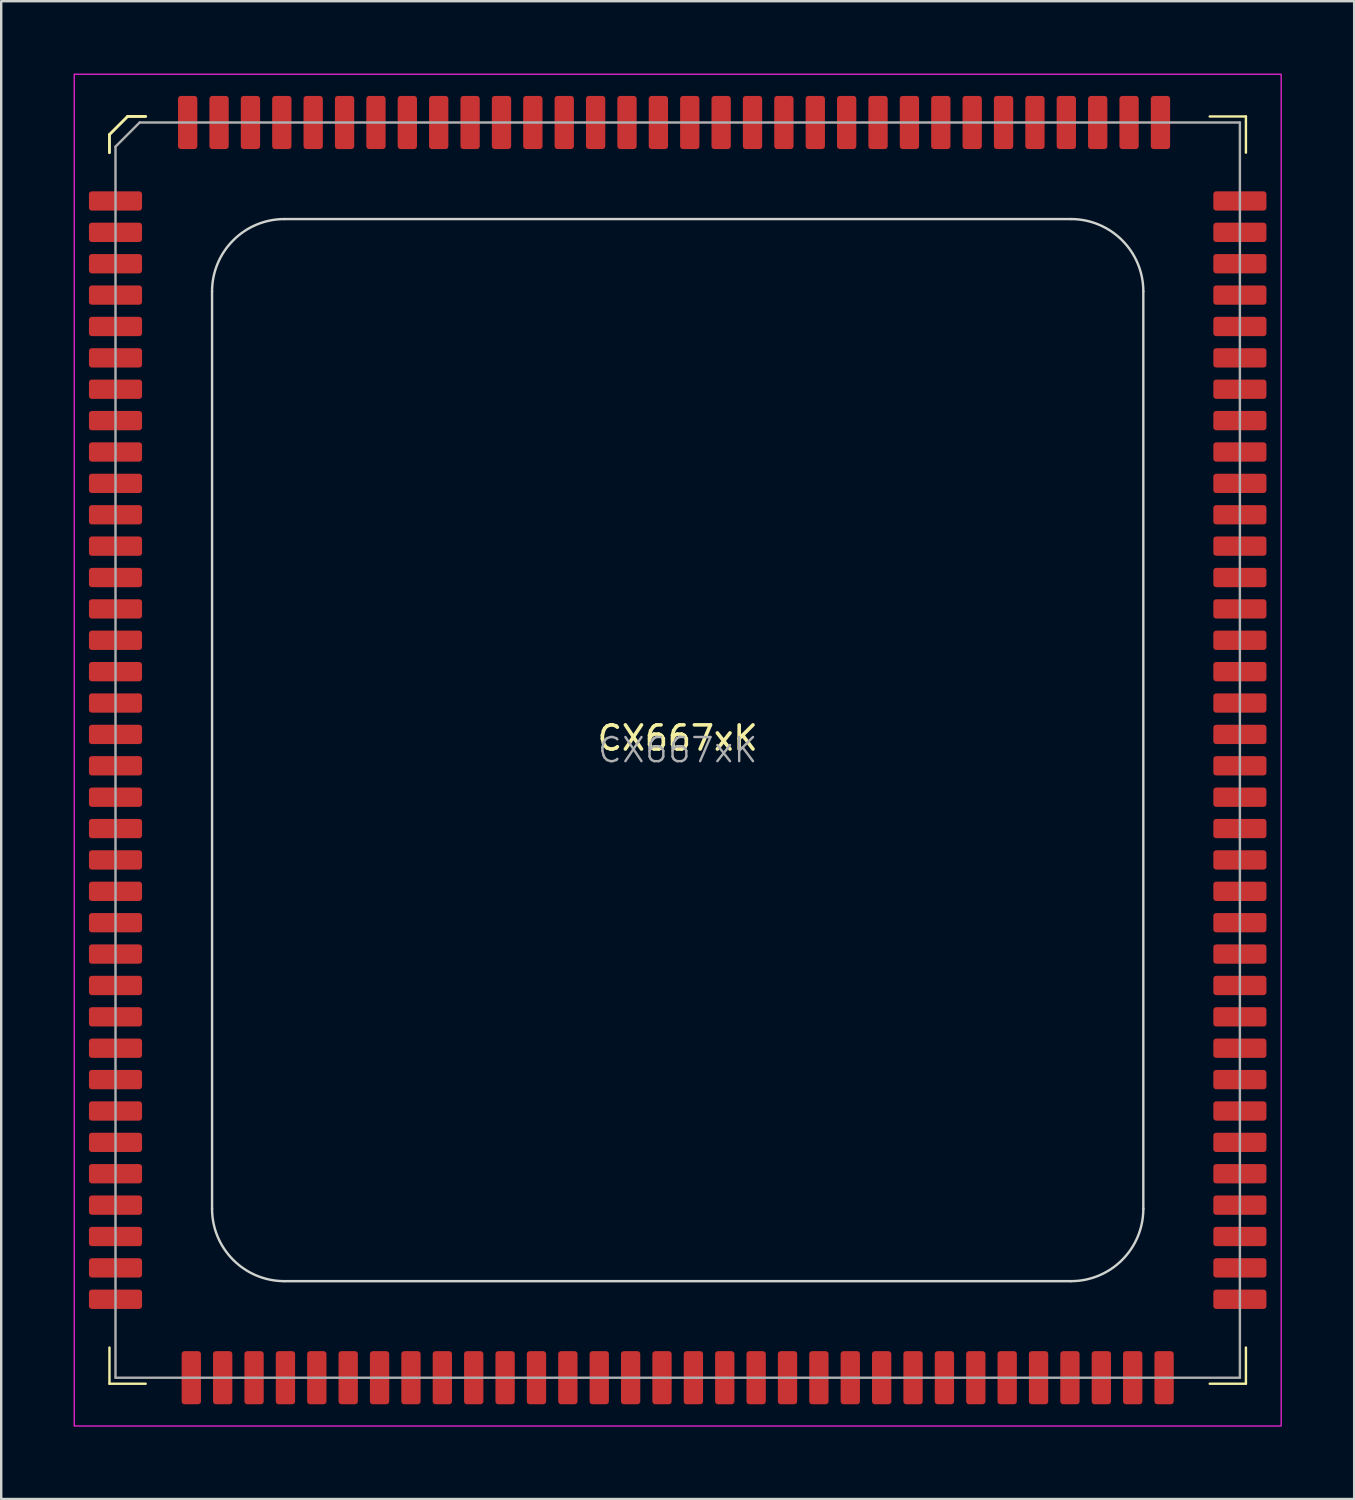
<source format=kicad_pcb>
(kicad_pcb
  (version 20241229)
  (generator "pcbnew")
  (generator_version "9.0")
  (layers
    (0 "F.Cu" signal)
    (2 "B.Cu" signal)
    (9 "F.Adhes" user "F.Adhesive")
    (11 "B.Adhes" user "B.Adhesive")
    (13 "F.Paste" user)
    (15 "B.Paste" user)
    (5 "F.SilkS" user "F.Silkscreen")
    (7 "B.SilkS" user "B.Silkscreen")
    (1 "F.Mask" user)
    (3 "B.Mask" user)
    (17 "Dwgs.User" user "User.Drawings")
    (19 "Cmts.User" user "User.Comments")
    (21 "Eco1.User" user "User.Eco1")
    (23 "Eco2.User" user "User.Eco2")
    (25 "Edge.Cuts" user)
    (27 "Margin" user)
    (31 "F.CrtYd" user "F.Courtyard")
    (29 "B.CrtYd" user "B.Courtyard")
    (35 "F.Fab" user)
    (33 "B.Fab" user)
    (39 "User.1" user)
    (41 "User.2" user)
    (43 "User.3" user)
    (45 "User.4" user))
  (footprint "CX667xK"
    (layer "F.Cu")
    (at 25.025 28.025)
    (property "Reference" "CX667xK" (at 0 -0.5 0) (unlocked yes) (layer "F.SilkS") (effects (font (size 1 1) (thickness 0.15))))
    (attr smd)
    (fp_line (start -23.54 -25.5) (end -23.54 -24.75) (stroke (width 0.12) (type solid)) (layer "F.SilkS"))
    (fp_line (start -23.54 -25.5) (end -22.79 -26.25) (stroke (width 0.12) (type solid)) (layer "F.SilkS"))
    (fp_line (start -23.54 26.25) (end -23.54 24.75) (stroke (width 0.1) (type solid)) (layer "F.SilkS"))
    (fp_line (start -23.54 26.25) (end -22.04 26.25) (stroke (width 0.1) (type solid)) (layer "F.SilkS"))
    (fp_line (start -22.79 -26.25) (end -22.04 -26.25) (stroke (width 0.12) (type solid)) (layer "F.SilkS"))
    (fp_line (start 23.54 -26.25) (end 22.04 -26.25) (stroke (width 0.1) (type solid)) (layer "F.SilkS"))
    (fp_line (start 23.54 -26.25) (end 23.54 -24.75) (stroke (width 0.1) (type solid)) (layer "F.SilkS"))
    (fp_line (start 23.54 26.25) (end 22.04 26.25) (stroke (width 0.1) (type solid)) (layer "F.SilkS"))
    (fp_line (start 23.54 26.25) (end 23.54 24.75) (stroke (width 0.1) (type solid)) (layer "F.SilkS"))
    (fp_line (start -19.29 -19) (end -19.29 19) (stroke (width 0.1) (type default)) (layer "Edge.Cuts"))
    (fp_line (start -16.29 22) (end 16.29 22) (stroke (width 0.1) (type default)) (layer "Edge.Cuts"))
    (fp_line (start 16.29 -22) (end -16.29 -22) (stroke (width 0.1) (type default)) (layer "Edge.Cuts"))
    (fp_line (start 19.29 19) (end 19.29 -19) (stroke (width 0.1) (type default)) (layer "Edge.Cuts"))
    (fp_arc (start -19.29 -19) (mid -18.41132 -21.12132) (end -16.29 -22) (stroke (width 0.1) (type solid)) (layer "Edge.Cuts"))
    (fp_arc (start -16.290001 22.000001) (mid -18.411321 21.121321) (end -19.290001 19.000001) (stroke (width 0.1) (type solid)) (layer "Edge.Cuts"))
    (fp_arc (start 16.29 -22) (mid 18.41132 -21.12132) (end 19.29 -19) (stroke (width 0.1) (type solid)) (layer "Edge.Cuts"))
    (fp_arc (start 19.289999 19.000001) (mid 18.411319 21.121321) (end 16.289999 22.000001) (stroke (width 0.1) (type solid)) (layer "Edge.Cuts"))
    (fp_rect (start -25 -28) (end 25 28) (stroke (width 0.05) (type default)) (fill no) (layer "F.CrtYd"))
    (fp_line (start -23.29 -25) (end -23.29 26) (stroke (width 0.1) (type default)) (layer "F.Fab"))
    (fp_line (start -22.29 -26) (end -23.29 -25) (stroke (width 0.1) (type default)) (layer "F.Fab"))
    (fp_line (start -22.29 -26) (end 23.29 -26) (stroke (width 0.1) (type default)) (layer "F.Fab"))
    (fp_line (start 23.29 -26) (end 23.29 26) (stroke (width 0.1) (type default)) (layer "F.Fab"))
    (fp_line (start 23.29 26) (end -23.29 26) (stroke (width 0.1) (type default)) (layer "F.Fab"))
    (fp_text user "${REFERENCE}" (at 0 0 0) (unlocked yes) (layer "F.Fab") (effects (font (size 1 1) (thickness 0.1))))
    (pad "" smd roundrect (at -23.44 -22.75 180) (size 2.5 0.8) (layers "F.Paste") (roundrect_rratio 0.15))
    (pad "" smd roundrect (at -23.44 -21.45 180) (size 2.5 0.8) (layers "F.Paste") (roundrect_rratio 0.15))
    (pad "" smd roundrect (at -23.44 -20.15 180) (size 2.5 0.8) (layers "F.Paste") (roundrect_rratio 0.15))
    (pad "" smd roundrect (at -23.44 -18.85 180) (size 2.5 0.8) (layers "F.Paste") (roundrect_rratio 0.15))
    (pad "" smd roundrect (at -23.44 -17.55 180) (size 2.5 0.8) (layers "F.Paste") (roundrect_rratio 0.15))
    (pad "" smd roundrect (at -23.44 -16.25 180) (size 2.5 0.8) (layers "F.Paste") (roundrect_rratio 0.15))
    (pad "" smd roundrect (at -23.44 -14.95 180) (size 2.5 0.8) (layers "F.Paste") (roundrect_rratio 0.15))
    (pad "" smd roundrect (at -23.44 -13.65 180) (size 2.5 0.8) (layers "F.Paste") (roundrect_rratio 0.15))
    (pad "" smd roundrect (at -23.44 -12.35 180) (size 2.5 0.8) (layers "F.Paste") (roundrect_rratio 0.15))
    (pad "" smd roundrect (at -23.44 -11.05 180) (size 2.5 0.8) (layers "F.Paste") (roundrect_rratio 0.15))
    (pad "" smd roundrect (at -23.44 -9.75 180) (size 2.5 0.8) (layers "F.Paste") (roundrect_rratio 0.15))
    (pad "" smd roundrect (at -23.44 -8.45 180) (size 2.5 0.8) (layers "F.Paste") (roundrect_rratio 0.15))
    (pad "" smd roundrect (at -23.44 -7.15 180) (size 2.5 0.8) (layers "F.Paste") (roundrect_rratio 0.15))
    (pad "" smd roundrect (at -23.44 -5.85 180) (size 2.5 0.8) (layers "F.Paste") (roundrect_rratio 0.15))
    (pad "" smd roundrect (at -23.44 -4.55 180) (size 2.5 0.8) (layers "F.Paste") (roundrect_rratio 0.15))
    (pad "" smd roundrect (at -23.44 -3.25 180) (size 2.5 0.8) (layers "F.Paste") (roundrect_rratio 0.15))
    (pad "" smd roundrect (at -23.44 -1.95 180) (size 2.5 0.8) (layers "F.Paste") (roundrect_rratio 0.15))
    (pad "" smd roundrect (at -23.44 -0.65 180) (size 2.5 0.8) (layers "F.Paste") (roundrect_rratio 0.15))
    (pad "" smd roundrect (at -23.44 0.65 180) (size 2.5 0.8) (layers "F.Paste") (roundrect_rratio 0.15))
    (pad "" smd roundrect (at -23.44 1.95 180) (size 2.5 0.8) (layers "F.Paste") (roundrect_rratio 0.15))
    (pad "" smd roundrect (at -23.44 3.25 180) (size 2.5 0.8) (layers "F.Paste") (roundrect_rratio 0.15))
    (pad "" smd roundrect (at -23.44 4.55 180) (size 2.5 0.8) (layers "F.Paste") (roundrect_rratio 0.15))
    (pad "" smd roundrect (at -23.44 5.85 180) (size 2.5 0.8) (layers "F.Paste") (roundrect_rratio 0.15))
    (pad "" smd roundrect (at -23.44 7.15 180) (size 2.5 0.8) (layers "F.Paste") (roundrect_rratio 0.15))
    (pad "" smd roundrect (at -23.44 8.45 180) (size 2.5 0.8) (layers "F.Paste") (roundrect_rratio 0.15))
    (pad "" smd roundrect (at -23.44 9.75 180) (size 2.5 0.8) (layers "F.Paste") (roundrect_rratio 0.15))
    (pad "" smd roundrect (at -23.44 11.05 180) (size 2.5 0.8) (layers "F.Paste") (roundrect_rratio 0.15))
    (pad "" smd roundrect (at -23.44 12.35 180) (size 2.5 0.8) (layers "F.Paste") (roundrect_rratio 0.15))
    (pad "" smd roundrect (at -23.44 13.65 180) (size 2.5 0.8) (layers "F.Paste") (roundrect_rratio 0.15))
    (pad "" smd roundrect (at -23.44 14.95 180) (size 2.5 0.8) (layers "F.Paste") (roundrect_rratio 0.15))
    (pad "" smd roundrect (at -23.44 16.25 180) (size 2.5 0.8) (layers "F.Paste") (roundrect_rratio 0.15))
    (pad "" smd roundrect (at -23.44 17.55 180) (size 2.5 0.8) (layers "F.Paste") (roundrect_rratio 0.15))
    (pad "" smd roundrect (at -23.44 18.85 180) (size 2.5 0.8) (layers "F.Paste") (roundrect_rratio 0.15))
    (pad "" smd roundrect (at -23.44 20.15 180) (size 2.5 0.8) (layers "F.Paste") (roundrect_rratio 0.15))
    (pad "" smd roundrect (at -23.44 21.45 180) (size 2.5 0.8) (layers "F.Paste") (roundrect_rratio 0.15))
    (pad "" smd roundrect (at -23.44 22.75 180) (size 2.5 0.8) (layers "F.Paste") (roundrect_rratio 0.15))
    (pad "" smd roundrect (at -20.3 -26.15 270) (size 2.5 0.8) (layers "F.Paste") (roundrect_rratio 0.15))
    (pad "" smd roundrect (at -20.15 26.15 270) (size 2.5 0.8) (layers "F.Paste") (roundrect_rratio 0.15))
    (pad "" smd roundrect (at -19 -26.15 270) (size 2.5 0.8) (layers "F.Paste") (roundrect_rratio 0.15))
    (pad "" smd roundrect (at -18.85 26.15 270) (size 2.5 0.8) (layers "F.Paste") (roundrect_rratio 0.15))
    (pad "" smd roundrect (at -17.7 -26.15 270) (size 2.5 0.8) (layers "F.Paste") (roundrect_rratio 0.15))
    (pad "" smd roundrect (at -17.55 26.15 270) (size 2.5 0.8) (layers "F.Paste") (roundrect_rratio 0.15))
    (pad "" smd roundrect (at -16.4 -26.15 270) (size 2.5 0.8) (layers "F.Paste") (roundrect_rratio 0.15))
    (pad "" smd roundrect (at -16.25 26.15 270) (size 2.5 0.8) (layers "F.Paste") (roundrect_rratio 0.15))
    (pad "" smd roundrect (at -15.1 -26.15 270) (size 2.5 0.8) (layers "F.Paste") (roundrect_rratio 0.15))
    (pad "" smd roundrect (at -14.95 26.15 270) (size 2.5 0.8) (layers "F.Paste") (roundrect_rratio 0.15))
    (pad "" smd roundrect (at -13.8 -26.15 270) (size 2.5 0.8) (layers "F.Paste") (roundrect_rratio 0.15))
    (pad "" smd roundrect (at -13.65 26.15 270) (size 2.5 0.8) (layers "F.Paste") (roundrect_rratio 0.15))
    (pad "" smd roundrect (at -12.5 -26.15 270) (size 2.5 0.8) (layers "F.Paste") (roundrect_rratio 0.15))
    (pad "" smd roundrect (at -12.35 26.15 270) (size 2.5 0.8) (layers "F.Paste") (roundrect_rratio 0.15))
    (pad "" smd roundrect (at -11.2 -26.15 270) (size 2.5 0.8) (layers "F.Paste") (roundrect_rratio 0.15))
    (pad "" smd roundrect (at -11.05 26.15 270) (size 2.5 0.8) (layers "F.Paste") (roundrect_rratio 0.15))
    (pad "" smd roundrect (at -9.9 -26.15 270) (size 2.5 0.8) (layers "F.Paste") (roundrect_rratio 0.15))
    (pad "" smd roundrect (at -9.75 26.15 270) (size 2.5 0.8) (layers "F.Paste") (roundrect_rratio 0.15))
    (pad "" smd roundrect (at -8.6 -26.15 270) (size 2.5 0.8) (layers "F.Paste") (roundrect_rratio 0.15))
    (pad "" smd roundrect (at -8.45 26.15 270) (size 2.5 0.8) (layers "F.Paste") (roundrect_rratio 0.15))
    (pad "" smd roundrect (at -7.3 -26.15 270) (size 2.5 0.8) (layers "F.Paste") (roundrect_rratio 0.15))
    (pad "" smd roundrect (at -7.15 26.15 270) (size 2.5 0.8) (layers "F.Paste") (roundrect_rratio 0.15))
    (pad "" smd roundrect (at -6 -26.15 270) (size 2.5 0.8) (layers "F.Paste") (roundrect_rratio 0.15))
    (pad "" smd roundrect (at -5.85 26.15 270) (size 2.5 0.8) (layers "F.Paste") (roundrect_rratio 0.15))
    (pad "" smd roundrect (at -4.7 -26.15 270) (size 2.5 0.8) (layers "F.Paste") (roundrect_rratio 0.15))
    (pad "" smd roundrect (at -4.55 26.15 270) (size 2.5 0.8) (layers "F.Paste") (roundrect_rratio 0.15))
    (pad "" smd roundrect (at -3.4 -26.15 270) (size 2.5 0.8) (layers "F.Paste") (roundrect_rratio 0.15))
    (pad "" smd roundrect (at -3.25 26.15 270) (size 2.5 0.8) (layers "F.Paste") (roundrect_rratio 0.15))
    (pad "" smd roundrect (at -2.1 -26.15 270) (size 2.5 0.8) (layers "F.Paste") (roundrect_rratio 0.15))
    (pad "" smd roundrect (at -1.95 26.15 270) (size 2.5 0.8) (layers "F.Paste") (roundrect_rratio 0.15))
    (pad "" smd roundrect (at -0.8 -26.15 270) (size 2.5 0.8) (layers "F.Paste") (roundrect_rratio 0.15))
    (pad "" smd roundrect (at -0.65 26.15 270) (size 2.5 0.8) (layers "F.Paste") (roundrect_rratio 0.15))
    (pad "" smd roundrect (at 0.5 -26.15 270) (size 2.5 0.8) (layers "F.Paste") (roundrect_rratio 0.15))
    (pad "" smd roundrect (at 0.65 26.15 270) (size 2.5 0.8) (layers "F.Paste") (roundrect_rratio 0.15))
    (pad "" smd roundrect (at 1.8 -26.15 270) (size 2.5 0.8) (layers "F.Paste") (roundrect_rratio 0.15))
    (pad "" smd roundrect (at 1.95 26.15 270) (size 2.5 0.8) (layers "F.Paste") (roundrect_rratio 0.15))
    (pad "" smd roundrect (at 3.1 -26.15 270) (size 2.5 0.8) (layers "F.Paste") (roundrect_rratio 0.15))
    (pad "" smd roundrect (at 3.25 26.15 270) (size 2.5 0.8) (layers "F.Paste") (roundrect_rratio 0.15))
    (pad "" smd roundrect (at 4.4 -26.15 270) (size 2.5 0.8) (layers "F.Paste") (roundrect_rratio 0.15))
    (pad "" smd roundrect (at 4.55 26.15 270) (size 2.5 0.8) (layers "F.Paste") (roundrect_rratio 0.15))
    (pad "" smd roundrect (at 5.7 -26.15 270) (size 2.5 0.8) (layers "F.Paste") (roundrect_rratio 0.15))
    (pad "" smd roundrect (at 5.85 26.15 270) (size 2.5 0.8) (layers "F.Paste") (roundrect_rratio 0.15))
    (pad "" smd roundrect (at 7 -26.15 270) (size 2.5 0.8) (layers "F.Paste") (roundrect_rratio 0.15))
    (pad "" smd roundrect (at 7.15 26.15 270) (size 2.5 0.8) (layers "F.Paste") (roundrect_rratio 0.15))
    (pad "" smd roundrect (at 8.3 -26.15 270) (size 2.5 0.8) (layers "F.Paste") (roundrect_rratio 0.15))
    (pad "" smd roundrect (at 8.45 26.15 270) (size 2.5 0.8) (layers "F.Paste") (roundrect_rratio 0.15))
    (pad "" smd roundrect (at 9.6 -26.15 270) (size 2.5 0.8) (layers "F.Paste") (roundrect_rratio 0.15))
    (pad "" smd roundrect (at 9.75 26.15 270) (size 2.5 0.8) (layers "F.Paste") (roundrect_rratio 0.15))
    (pad "" smd roundrect (at 10.9 -26.15 270) (size 2.5 0.8) (layers "F.Paste") (roundrect_rratio 0.15))
    (pad "" smd roundrect (at 11.05 26.15 270) (size 2.5 0.8) (layers "F.Paste") (roundrect_rratio 0.15))
    (pad "" smd roundrect (at 12.2 -26.15 270) (size 2.5 0.8) (layers "F.Paste") (roundrect_rratio 0.15))
    (pad "" smd roundrect (at 12.35 26.15 270) (size 2.5 0.8) (layers "F.Paste") (roundrect_rratio 0.15))
    (pad "" smd roundrect (at 13.5 -26.15 270) (size 2.5 0.8) (layers "F.Paste") (roundrect_rratio 0.15))
    (pad "" smd roundrect (at 13.65 26.15 270) (size 2.5 0.8) (layers "F.Paste") (roundrect_rratio 0.15))
    (pad "" smd roundrect (at 14.8 -26.15 270) (size 2.5 0.8) (layers "F.Paste") (roundrect_rratio 0.15))
    (pad "" smd roundrect (at 14.95 26.15 270) (size 2.5 0.8) (layers "F.Paste") (roundrect_rratio 0.15))
    (pad "" smd roundrect (at 16.1 -26.15 270) (size 2.5 0.8) (layers "F.Paste") (roundrect_rratio 0.15))
    (pad "" smd roundrect (at 16.25 26.15 270) (size 2.5 0.8) (layers "F.Paste") (roundrect_rratio 0.15))
    (pad "" smd roundrect (at 17.4 -26.15 270) (size 2.5 0.8) (layers "F.Paste") (roundrect_rratio 0.15))
    (pad "" smd roundrect (at 17.55 26.15 270) (size 2.5 0.8) (layers "F.Paste") (roundrect_rratio 0.15))
    (pad "" smd roundrect (at 18.7 -26.15 270) (size 2.5 0.8) (layers "F.Paste") (roundrect_rratio 0.15))
    (pad "" smd roundrect (at 18.85 26.15 270) (size 2.5 0.8) (layers "F.Paste") (roundrect_rratio 0.15))
    (pad "" smd roundrect (at 20 -26.15 270) (size 2.5 0.8) (layers "F.Paste") (roundrect_rratio 0.15))
    (pad "" smd roundrect (at 20.15 26.15 270) (size 2.5 0.8) (layers "F.Paste") (roundrect_rratio 0.15))
    (pad "" smd roundrect (at 23.44 -22.75 180) (size 2.5 0.8) (layers "F.Paste") (roundrect_rratio 0.15))
    (pad "" smd roundrect (at 23.44 -21.45 180) (size 2.5 0.8) (layers "F.Paste") (roundrect_rratio 0.15))
    (pad "" smd roundrect (at 23.44 -20.15 180) (size 2.5 0.8) (layers "F.Paste") (roundrect_rratio 0.15))
    (pad "" smd roundrect (at 23.44 -18.85 180) (size 2.5 0.8) (layers "F.Paste") (roundrect_rratio 0.15))
    (pad "" smd roundrect (at 23.44 -17.55 180) (size 2.5 0.8) (layers "F.Paste") (roundrect_rratio 0.15))
    (pad "" smd roundrect (at 23.44 -16.25 180) (size 2.5 0.8) (layers "F.Paste") (roundrect_rratio 0.15))
    (pad "" smd roundrect (at 23.44 -14.95 180) (size 2.5 0.8) (layers "F.Paste") (roundrect_rratio 0.15))
    (pad "" smd roundrect (at 23.44 -13.65 180) (size 2.5 0.8) (layers "F.Paste") (roundrect_rratio 0.15))
    (pad "" smd roundrect (at 23.44 -12.35 180) (size 2.5 0.8) (layers "F.Paste") (roundrect_rratio 0.15))
    (pad "" smd roundrect (at 23.44 -11.05 180) (size 2.5 0.8) (layers "F.Paste") (roundrect_rratio 0.15))
    (pad "" smd roundrect (at 23.44 -9.75 180) (size 2.5 0.8) (layers "F.Paste") (roundrect_rratio 0.15))
    (pad "" smd roundrect (at 23.44 -8.45 180) (size 2.5 0.8) (layers "F.Paste") (roundrect_rratio 0.15))
    (pad "" smd roundrect (at 23.44 -7.15 180) (size 2.5 0.8) (layers "F.Paste") (roundrect_rratio 0.15))
    (pad "" smd roundrect (at 23.44 -5.85 180) (size 2.5 0.8) (layers "F.Paste") (roundrect_rratio 0.15))
    (pad "" smd roundrect (at 23.44 -4.55 180) (size 2.5 0.8) (layers "F.Paste") (roundrect_rratio 0.15))
    (pad "" smd roundrect (at 23.44 -3.25 180) (size 2.5 0.8) (layers "F.Paste") (roundrect_rratio 0.15))
    (pad "" smd roundrect (at 23.44 -1.95 180) (size 2.5 0.8) (layers "F.Paste") (roundrect_rratio 0.15))
    (pad "" smd roundrect (at 23.44 -0.65 180) (size 2.5 0.8) (layers "F.Paste") (roundrect_rratio 0.15))
    (pad "" smd roundrect (at 23.44 0.65 180) (size 2.5 0.8) (layers "F.Paste") (roundrect_rratio 0.15))
    (pad "" smd roundrect (at 23.44 1.95 180) (size 2.5 0.8) (layers "F.Paste") (roundrect_rratio 0.15))
    (pad "" smd roundrect (at 23.44 3.25 180) (size 2.5 0.8) (layers "F.Paste") (roundrect_rratio 0.15))
    (pad "" smd roundrect (at 23.44 4.55 180) (size 2.5 0.8) (layers "F.Paste") (roundrect_rratio 0.15))
    (pad "" smd roundrect (at 23.44 5.85 180) (size 2.5 0.8) (layers "F.Paste") (roundrect_rratio 0.15))
    (pad "" smd roundrect (at 23.44 7.15 180) (size 2.5 0.8) (layers "F.Paste") (roundrect_rratio 0.15))
    (pad "" smd roundrect (at 23.44 8.45 180) (size 2.5 0.8) (layers "F.Paste") (roundrect_rratio 0.15))
    (pad "" smd roundrect (at 23.44 9.75 180) (size 2.5 0.8) (layers "F.Paste") (roundrect_rratio 0.15))
    (pad "" smd roundrect (at 23.44 11.05 180) (size 2.5 0.8) (layers "F.Paste") (roundrect_rratio 0.15))
    (pad "" smd roundrect (at 23.44 12.35 180) (size 2.5 0.8) (layers "F.Paste") (roundrect_rratio 0.15))
    (pad "" smd roundrect (at 23.44 13.65 180) (size 2.5 0.8) (layers "F.Paste") (roundrect_rratio 0.15))
    (pad "" smd roundrect (at 23.44 14.95 180) (size 2.5 0.8) (layers "F.Paste") (roundrect_rratio 0.15))
    (pad "" smd roundrect (at 23.44 16.25 180) (size 2.5 0.8) (layers "F.Paste") (roundrect_rratio 0.15))
    (pad "" smd roundrect (at 23.44 17.55 180) (size 2.5 0.8) (layers "F.Paste") (roundrect_rratio 0.15))
    (pad "" smd roundrect (at 23.44 18.85 180) (size 2.5 0.8) (layers "F.Paste") (roundrect_rratio 0.15))
    (pad "" smd roundrect (at 23.44 20.15 180) (size 2.5 0.8) (layers "F.Paste") (roundrect_rratio 0.15))
    (pad "" smd roundrect (at 23.44 21.45 180) (size 2.5 0.8) (layers "F.Paste") (roundrect_rratio 0.15))
    (pad "" smd roundrect (at 23.44 22.75 180) (size 2.5 0.8) (layers "F.Paste") (roundrect_rratio 0.15))
    (pad "1" smd roundrect (at -23.29 -22.75) (size 2.2 0.8) (layers "F.Cu" "F.Mask") (roundrect_rratio 0.15))
    (pad "2" smd roundrect (at -23.29 -21.45) (size 2.2 0.8) (layers "F.Cu" "F.Mask") (roundrect_rratio 0.15))
    (pad "3" smd roundrect (at -23.29 -20.15) (size 2.2 0.8) (layers "F.Cu" "F.Mask") (roundrect_rratio 0.15))
    (pad "4" smd roundrect (at -23.29 -18.85) (size 2.2 0.8) (layers "F.Cu" "F.Mask") (roundrect_rratio 0.15))
    (pad "5" smd roundrect (at -23.29 -17.55) (size 2.2 0.8) (layers "F.Cu" "F.Mask") (roundrect_rratio 0.15))
    (pad "6" smd roundrect (at -23.29 -16.25) (size 2.2 0.8) (layers "F.Cu" "F.Mask") (roundrect_rratio 0.15))
    (pad "7" smd roundrect (at -23.29 -14.95) (size 2.2 0.8) (layers "F.Cu" "F.Mask") (roundrect_rratio 0.15))
    (pad "8" smd roundrect (at -23.29 -13.65) (size 2.2 0.8) (layers "F.Cu" "F.Mask") (roundrect_rratio 0.15))
    (pad "9" smd roundrect (at -23.29 -12.35) (size 2.2 0.8) (layers "F.Cu" "F.Mask") (roundrect_rratio 0.15))
    (pad "10" smd roundrect (at -23.29 -11.05) (size 2.2 0.8) (layers "F.Cu" "F.Mask") (roundrect_rratio 0.15))
    (pad "11" smd roundrect (at -23.29 -9.75) (size 2.2 0.8) (layers "F.Cu" "F.Mask") (roundrect_rratio 0.15))
    (pad "12" smd roundrect (at -23.29 -8.45) (size 2.2 0.8) (layers "F.Cu" "F.Mask") (roundrect_rratio 0.15))
    (pad "13" smd roundrect (at -23.29 -7.15) (size 2.2 0.8) (layers "F.Cu" "F.Mask") (roundrect_rratio 0.15))
    (pad "14" smd roundrect (at -23.29 -5.85) (size 2.2 0.8) (layers "F.Cu" "F.Mask") (roundrect_rratio 0.15))
    (pad "15" smd roundrect (at -23.29 -4.55) (size 2.2 0.8) (layers "F.Cu" "F.Mask") (roundrect_rratio 0.15))
    (pad "16" smd roundrect (at -23.29 -3.25) (size 2.2 0.8) (layers "F.Cu" "F.Mask") (roundrect_rratio 0.15))
    (pad "17" smd roundrect (at -23.29 -1.95) (size 2.2 0.8) (layers "F.Cu" "F.Mask") (roundrect_rratio 0.15))
    (pad "18" smd roundrect (at -23.29 -0.65) (size 2.2 0.8) (layers "F.Cu" "F.Mask") (roundrect_rratio 0.15))
    (pad "19" smd roundrect (at -23.29 0.65) (size 2.2 0.8) (layers "F.Cu" "F.Mask") (roundrect_rratio 0.15))
    (pad "20" smd roundrect (at -23.29 1.95) (size 2.2 0.8) (layers "F.Cu" "F.Mask") (roundrect_rratio 0.15))
    (pad "21" smd roundrect (at -23.29 3.25) (size 2.2 0.8) (layers "F.Cu" "F.Mask") (roundrect_rratio 0.15))
    (pad "22" smd roundrect (at -23.29 4.55) (size 2.2 0.8) (layers "F.Cu" "F.Mask") (roundrect_rratio 0.15))
    (pad "23" smd roundrect (at -23.29 5.85) (size 2.2 0.8) (layers "F.Cu" "F.Mask") (roundrect_rratio 0.15))
    (pad "24" smd roundrect (at -23.29 7.15) (size 2.2 0.8) (layers "F.Cu" "F.Mask") (roundrect_rratio 0.15))
    (pad "25" smd roundrect (at -23.29 8.45) (size 2.2 0.8) (layers "F.Cu" "F.Mask") (roundrect_rratio 0.15))
    (pad "26" smd roundrect (at -23.29 9.75) (size 2.2 0.8) (layers "F.Cu" "F.Mask") (roundrect_rratio 0.15))
    (pad "27" smd roundrect (at -23.29 11.05) (size 2.2 0.8) (layers "F.Cu" "F.Mask") (roundrect_rratio 0.15))
    (pad "28" smd roundrect (at -23.29 12.35) (size 2.2 0.8) (layers "F.Cu" "F.Mask") (roundrect_rratio 0.15))
    (pad "29" smd roundrect (at -23.29 13.65) (size 2.2 0.8) (layers "F.Cu" "F.Mask") (roundrect_rratio 0.15))
    (pad "30" smd roundrect (at -23.29 14.95) (size 2.2 0.8) (layers "F.Cu" "F.Mask") (roundrect_rratio 0.15))
    (pad "31" smd roundrect (at -23.29 16.25) (size 2.2 0.8) (layers "F.Cu" "F.Mask") (roundrect_rratio 0.15))
    (pad "32" smd roundrect (at -23.29 17.55) (size 2.2 0.8) (layers "F.Cu" "F.Mask") (roundrect_rratio 0.15))
    (pad "33" smd roundrect (at -23.29 18.85) (size 2.2 0.8) (layers "F.Cu" "F.Mask") (roundrect_rratio 0.15))
    (pad "34" smd roundrect (at -23.29 20.15) (size 2.2 0.8) (layers "F.Cu" "F.Mask") (roundrect_rratio 0.15))
    (pad "35" smd roundrect (at -23.29 21.45) (size 2.2 0.8) (layers "F.Cu" "F.Mask") (roundrect_rratio 0.15))
    (pad "36" smd roundrect (at -23.29 22.75) (size 2.2 0.8) (layers "F.Cu" "F.Mask") (roundrect_rratio 0.15))
    (pad "37" smd roundrect (at -20.15 26 90) (size 2.2 0.8) (layers "F.Cu" "F.Mask") (roundrect_rratio 0.15))
    (pad "38" smd roundrect (at -18.85 26 90) (size 2.2 0.8) (layers "F.Cu" "F.Mask") (roundrect_rratio 0.15))
    (pad "39" smd roundrect (at -17.55 26 90) (size 2.2 0.8) (layers "F.Cu" "F.Mask") (roundrect_rratio 0.15))
    (pad "40" smd roundrect (at -16.25 26 90) (size 2.2 0.8) (layers "F.Cu" "F.Mask") (roundrect_rratio 0.15))
    (pad "41" smd roundrect (at -14.95 26 90) (size 2.2 0.8) (layers "F.Cu" "F.Mask") (roundrect_rratio 0.15))
    (pad "42" smd roundrect (at -13.65 26 90) (size 2.2 0.8) (layers "F.Cu" "F.Mask") (roundrect_rratio 0.15))
    (pad "43" smd roundrect (at -12.35 26 90) (size 2.2 0.8) (layers "F.Cu" "F.Mask") (roundrect_rratio 0.15))
    (pad "44" smd roundrect (at -11.05 26 90) (size 2.2 0.8) (layers "F.Cu" "F.Mask") (roundrect_rratio 0.15))
    (pad "45" smd roundrect (at -9.75 26 90) (size 2.2 0.8) (layers "F.Cu" "F.Mask") (roundrect_rratio 0.15))
    (pad "46" smd roundrect (at -8.45 26 90) (size 2.2 0.8) (layers "F.Cu" "F.Mask") (roundrect_rratio 0.15))
    (pad "47" smd roundrect (at -7.15 26 90) (size 2.2 0.8) (layers "F.Cu" "F.Mask") (roundrect_rratio 0.15))
    (pad "48" smd roundrect (at -5.85 26 90) (size 2.2 0.8) (layers "F.Cu" "F.Mask") (roundrect_rratio 0.15))
    (pad "49" smd roundrect (at -4.55 26 90) (size 2.2 0.8) (layers "F.Cu" "F.Mask") (roundrect_rratio 0.15))
    (pad "50" smd roundrect (at -3.25 26 90) (size 2.2 0.8) (layers "F.Cu" "F.Mask") (roundrect_rratio 0.15))
    (pad "51" smd roundrect (at -1.95 26 90) (size 2.2 0.8) (layers "F.Cu" "F.Mask") (roundrect_rratio 0.15))
    (pad "52" smd roundrect (at -0.65 26 90) (size 2.2 0.8) (layers "F.Cu" "F.Mask") (roundrect_rratio 0.15))
    (pad "53" smd roundrect (at 0.65 26 90) (size 2.2 0.8) (layers "F.Cu" "F.Mask") (roundrect_rratio 0.15))
    (pad "54" smd roundrect (at 1.95 26 90) (size 2.2 0.8) (layers "F.Cu" "F.Mask") (roundrect_rratio 0.15))
    (pad "55" smd roundrect (at 3.25 26 90) (size 2.2 0.8) (layers "F.Cu" "F.Mask") (roundrect_rratio 0.15))
    (pad "56" smd roundrect (at 4.55 26 90) (size 2.2 0.8) (layers "F.Cu" "F.Mask") (roundrect_rratio 0.15))
    (pad "57" smd roundrect (at 5.85 26 90) (size 2.2 0.8) (layers "F.Cu" "F.Mask") (roundrect_rratio 0.15))
    (pad "58" smd roundrect (at 7.15 26 90) (size 2.2 0.8) (layers "F.Cu" "F.Mask") (roundrect_rratio 0.15))
    (pad "59" smd roundrect (at 8.45 26 90) (size 2.2 0.8) (layers "F.Cu" "F.Mask") (roundrect_rratio 0.15))
    (pad "60" smd roundrect (at 9.75 26 90) (size 2.2 0.8) (layers "F.Cu" "F.Mask") (roundrect_rratio 0.15))
    (pad "61" smd roundrect (at 11.05 26 90) (size 2.2 0.8) (layers "F.Cu" "F.Mask") (roundrect_rratio 0.15))
    (pad "62" smd roundrect (at 12.35 26 90) (size 2.2 0.8) (layers "F.Cu" "F.Mask") (roundrect_rratio 0.15))
    (pad "63" smd roundrect (at 13.65 26 90) (size 2.2 0.8) (layers "F.Cu" "F.Mask") (roundrect_rratio 0.15))
    (pad "64" smd roundrect (at 14.95 26 90) (size 2.2 0.8) (layers "F.Cu" "F.Mask") (roundrect_rratio 0.15))
    (pad "65" smd roundrect (at 16.25 26 90) (size 2.2 0.8) (layers "F.Cu" "F.Mask") (roundrect_rratio 0.15))
    (pad "66" smd roundrect (at 17.55 26 90) (size 2.2 0.8) (layers "F.Cu" "F.Mask") (roundrect_rratio 0.15))
    (pad "67" smd roundrect (at 18.85 26 90) (size 2.2 0.8) (layers "F.Cu" "F.Mask") (roundrect_rratio 0.15))
    (pad "68" smd roundrect (at 20.15 26 90) (size 2.2 0.8) (layers "F.Cu" "F.Mask") (roundrect_rratio 0.15))
    (pad "69" smd roundrect (at 23.29 22.75) (size 2.2 0.8) (layers "F.Cu" "F.Mask") (roundrect_rratio 0.15))
    (pad "70" smd roundrect (at 23.29 21.45) (size 2.2 0.8) (layers "F.Cu" "F.Mask") (roundrect_rratio 0.15))
    (pad "71" smd roundrect (at 23.29 20.15) (size 2.2 0.8) (layers "F.Cu" "F.Mask") (roundrect_rratio 0.15))
    (pad "72" smd roundrect (at 23.29 18.85) (size 2.2 0.8) (layers "F.Cu" "F.Mask") (roundrect_rratio 0.15))
    (pad "73" smd roundrect (at 23.29 17.55) (size 2.2 0.8) (layers "F.Cu" "F.Mask") (roundrect_rratio 0.15))
    (pad "74" smd roundrect (at 23.29 16.25) (size 2.2 0.8) (layers "F.Cu" "F.Mask") (roundrect_rratio 0.15))
    (pad "75" smd roundrect (at 23.29 14.95) (size 2.2 0.8) (layers "F.Cu" "F.Mask") (roundrect_rratio 0.15))
    (pad "76" smd roundrect (at 23.29 13.65) (size 2.2 0.8) (layers "F.Cu" "F.Mask") (roundrect_rratio 0.15))
    (pad "77" smd roundrect (at 23.29 12.35) (size 2.2 0.8) (layers "F.Cu" "F.Mask") (roundrect_rratio 0.15))
    (pad "78" smd roundrect (at 23.29 11.05) (size 2.2 0.8) (layers "F.Cu" "F.Mask") (roundrect_rratio 0.15))
    (pad "79" smd roundrect (at 23.29 9.75) (size 2.2 0.8) (layers "F.Cu" "F.Mask") (roundrect_rratio 0.15))
    (pad "80" smd roundrect (at 23.29 8.45) (size 2.2 0.8) (layers "F.Cu" "F.Mask") (roundrect_rratio 0.15))
    (pad "81" smd roundrect (at 23.29 7.15) (size 2.2 0.8) (layers "F.Cu" "F.Mask") (roundrect_rratio 0.15))
    (pad "82" smd roundrect (at 23.29 5.85) (size 2.2 0.8) (layers "F.Cu" "F.Mask") (roundrect_rratio 0.15))
    (pad "83" smd roundrect (at 23.29 4.55) (size 2.2 0.8) (layers "F.Cu" "F.Mask") (roundrect_rratio 0.15))
    (pad "84" smd roundrect (at 23.29 3.25) (size 2.2 0.8) (layers "F.Cu" "F.Mask") (roundrect_rratio 0.15))
    (pad "85" smd roundrect (at 23.29 1.95) (size 2.2 0.8) (layers "F.Cu" "F.Mask") (roundrect_rratio 0.15))
    (pad "86" smd roundrect (at 23.29 0.65) (size 2.2 0.8) (layers "F.Cu" "F.Mask") (roundrect_rratio 0.15))
    (pad "87" smd roundrect (at 23.29 -0.65) (size 2.2 0.8) (layers "F.Cu" "F.Mask") (roundrect_rratio 0.15))
    (pad "88" smd roundrect (at 23.29 -1.95) (size 2.2 0.8) (layers "F.Cu" "F.Mask") (roundrect_rratio 0.15))
    (pad "89" smd roundrect (at 23.29 -3.25) (size 2.2 0.8) (layers "F.Cu" "F.Mask") (roundrect_rratio 0.15))
    (pad "90" smd roundrect (at 23.29 -4.55) (size 2.2 0.8) (layers "F.Cu" "F.Mask") (roundrect_rratio 0.15))
    (pad "91" smd roundrect (at 23.29 -5.85) (size 2.2 0.8) (layers "F.Cu" "F.Mask") (roundrect_rratio 0.15))
    (pad "92" smd roundrect (at 23.29 -7.15) (size 2.2 0.8) (layers "F.Cu" "F.Mask") (roundrect_rratio 0.15))
    (pad "93" smd roundrect (at 23.29 -8.45) (size 2.2 0.8) (layers "F.Cu" "F.Mask") (roundrect_rratio 0.15))
    (pad "94" smd roundrect (at 23.29 -9.75) (size 2.2 0.8) (layers "F.Cu" "F.Mask") (roundrect_rratio 0.15))
    (pad "95" smd roundrect (at 23.29 -11.05) (size 2.2 0.8) (layers "F.Cu" "F.Mask") (roundrect_rratio 0.15))
    (pad "96" smd roundrect (at 23.29 -12.35) (size 2.2 0.8) (layers "F.Cu" "F.Mask") (roundrect_rratio 0.15))
    (pad "97" smd roundrect (at 23.29 -13.65) (size 2.2 0.8) (layers "F.Cu" "F.Mask") (roundrect_rratio 0.15))
    (pad "98" smd roundrect (at 23.29 -14.95) (size 2.2 0.8) (layers "F.Cu" "F.Mask") (roundrect_rratio 0.15))
    (pad "99" smd roundrect (at 23.29 -16.25) (size 2.2 0.8) (layers "F.Cu" "F.Mask") (roundrect_rratio 0.15))
    (pad "100" smd roundrect (at 23.29 -17.55) (size 2.2 0.8) (layers "F.Cu" "F.Mask") (roundrect_rratio 0.15))
    (pad "101" smd roundrect (at 23.29 -18.85) (size 2.2 0.8) (layers "F.Cu" "F.Mask") (roundrect_rratio 0.15))
    (pad "102" smd roundrect (at 23.29 -20.15) (size 2.2 0.8) (layers "F.Cu" "F.Mask") (roundrect_rratio 0.15))
    (pad "103" smd roundrect (at 23.29 -21.45) (size 2.2 0.8) (layers "F.Cu" "F.Mask") (roundrect_rratio 0.15))
    (pad "104" smd roundrect (at 23.29 -22.75) (size 2.2 0.8) (layers "F.Cu" "F.Mask") (roundrect_rratio 0.15))
    (pad "105" smd roundrect (at 20 -26 90) (size 2.2 0.8) (layers "F.Cu" "F.Mask") (roundrect_rratio 0.15))
    (pad "106" smd roundrect (at 18.7 -26 90) (size 2.2 0.8) (layers "F.Cu" "F.Mask") (roundrect_rratio 0.15))
    (pad "107" smd roundrect (at 17.4 -26 90) (size 2.2 0.8) (layers "F.Cu" "F.Mask") (roundrect_rratio 0.15))
    (pad "108" smd roundrect (at 16.1 -26 90) (size 2.2 0.8) (layers "F.Cu" "F.Mask") (roundrect_rratio 0.15))
    (pad "109" smd roundrect (at 14.8 -26 90) (size 2.2 0.8) (layers "F.Cu" "F.Mask") (roundrect_rratio 0.15))
    (pad "110" smd roundrect (at 13.5 -26 90) (size 2.2 0.8) (layers "F.Cu" "F.Mask") (roundrect_rratio 0.15))
    (pad "111" smd roundrect (at 12.2 -26 90) (size 2.2 0.8) (layers "F.Cu" "F.Mask") (roundrect_rratio 0.15))
    (pad "112" smd roundrect (at 10.9 -26 90) (size 2.2 0.8) (layers "F.Cu" "F.Mask") (roundrect_rratio 0.15))
    (pad "113" smd roundrect (at 9.6 -26 90) (size 2.2 0.8) (layers "F.Cu" "F.Mask") (roundrect_rratio 0.15))
    (pad "114" smd roundrect (at 8.3 -26 90) (size 2.2 0.8) (layers "F.Cu" "F.Mask") (roundrect_rratio 0.15))
    (pad "115" smd roundrect (at 7 -26 90) (size 2.2 0.8) (layers "F.Cu" "F.Mask") (roundrect_rratio 0.15))
    (pad "116" smd roundrect (at 5.7 -26 90) (size 2.2 0.8) (layers "F.Cu" "F.Mask") (roundrect_rratio 0.15))
    (pad "117" smd roundrect (at 4.4 -26 90) (size 2.2 0.8) (layers "F.Cu" "F.Mask") (roundrect_rratio 0.15))
    (pad "118" smd roundrect (at 3.1 -26 90) (size 2.2 0.8) (layers "F.Cu" "F.Mask") (roundrect_rratio 0.15))
    (pad "119" smd roundrect (at 1.8 -26 90) (size 2.2 0.8) (layers "F.Cu" "F.Mask") (roundrect_rratio 0.15))
    (pad "120" smd roundrect (at 0.5 -26 90) (size 2.2 0.8) (layers "F.Cu" "F.Mask") (roundrect_rratio 0.15))
    (pad "121" smd roundrect (at -0.8 -26 90) (size 2.2 0.8) (layers "F.Cu" "F.Mask") (roundrect_rratio 0.15))
    (pad "122" smd roundrect (at -2.1 -26 90) (size 2.2 0.8) (layers "F.Cu" "F.Mask") (roundrect_rratio 0.15))
    (pad "123" smd roundrect (at -3.4 -26 90) (size 2.2 0.8) (layers "F.Cu" "F.Mask") (roundrect_rratio 0.15))
    (pad "124" smd roundrect (at -4.7 -26 90) (size 2.2 0.8) (layers "F.Cu" "F.Mask") (roundrect_rratio 0.15))
    (pad "125" smd roundrect (at -6 -26 90) (size 2.2 0.8) (layers "F.Cu" "F.Mask") (roundrect_rratio 0.15))
    (pad "126" smd roundrect (at -7.3 -26 90) (size 2.2 0.8) (layers "F.Cu" "F.Mask") (roundrect_rratio 0.15))
    (pad "127" smd roundrect (at -8.6 -26 90) (size 2.2 0.8) (layers "F.Cu" "F.Mask") (roundrect_rratio 0.15))
    (pad "128" smd roundrect (at -9.9 -26 90) (size 2.2 0.8) (layers "F.Cu" "F.Mask") (roundrect_rratio 0.15))
    (pad "129" smd roundrect (at -11.2 -26 90) (size 2.2 0.8) (layers "F.Cu" "F.Mask") (roundrect_rratio 0.15))
    (pad "130" smd roundrect (at -12.5 -26 90) (size 2.2 0.8) (layers "F.Cu" "F.Mask") (roundrect_rratio 0.15))
    (pad "131" smd roundrect (at -13.8 -26 90) (size 2.2 0.8) (layers "F.Cu" "F.Mask") (roundrect_rratio 0.15))
    (pad "132" smd roundrect (at -15.1 -26 90) (size 2.2 0.8) (layers "F.Cu" "F.Mask") (roundrect_rratio 0.15))
    (pad "133" smd roundrect (at -16.4 -26 90) (size 2.2 0.8) (layers "F.Cu" "F.Mask") (roundrect_rratio 0.15))
    (pad "134" smd roundrect (at -17.7 -26 90) (size 2.2 0.8) (layers "F.Cu" "F.Mask") (roundrect_rratio 0.15))
    (pad "135" smd roundrect (at -19 -26 90) (size 2.2 0.8) (layers "F.Cu" "F.Mask") (roundrect_rratio 0.15))
    (pad "136" smd roundrect (at -20.3 -26 90) (size 2.2 0.8) (layers "F.Cu" "F.Mask") (roundrect_rratio 0.15)))
  (gr_rect
    (start -3 -3)
    (end 53.05 59.05)
    (stroke (width 0.1) (type default))
    (fill no)
    (layer "Edge.Cuts")))
</source>
